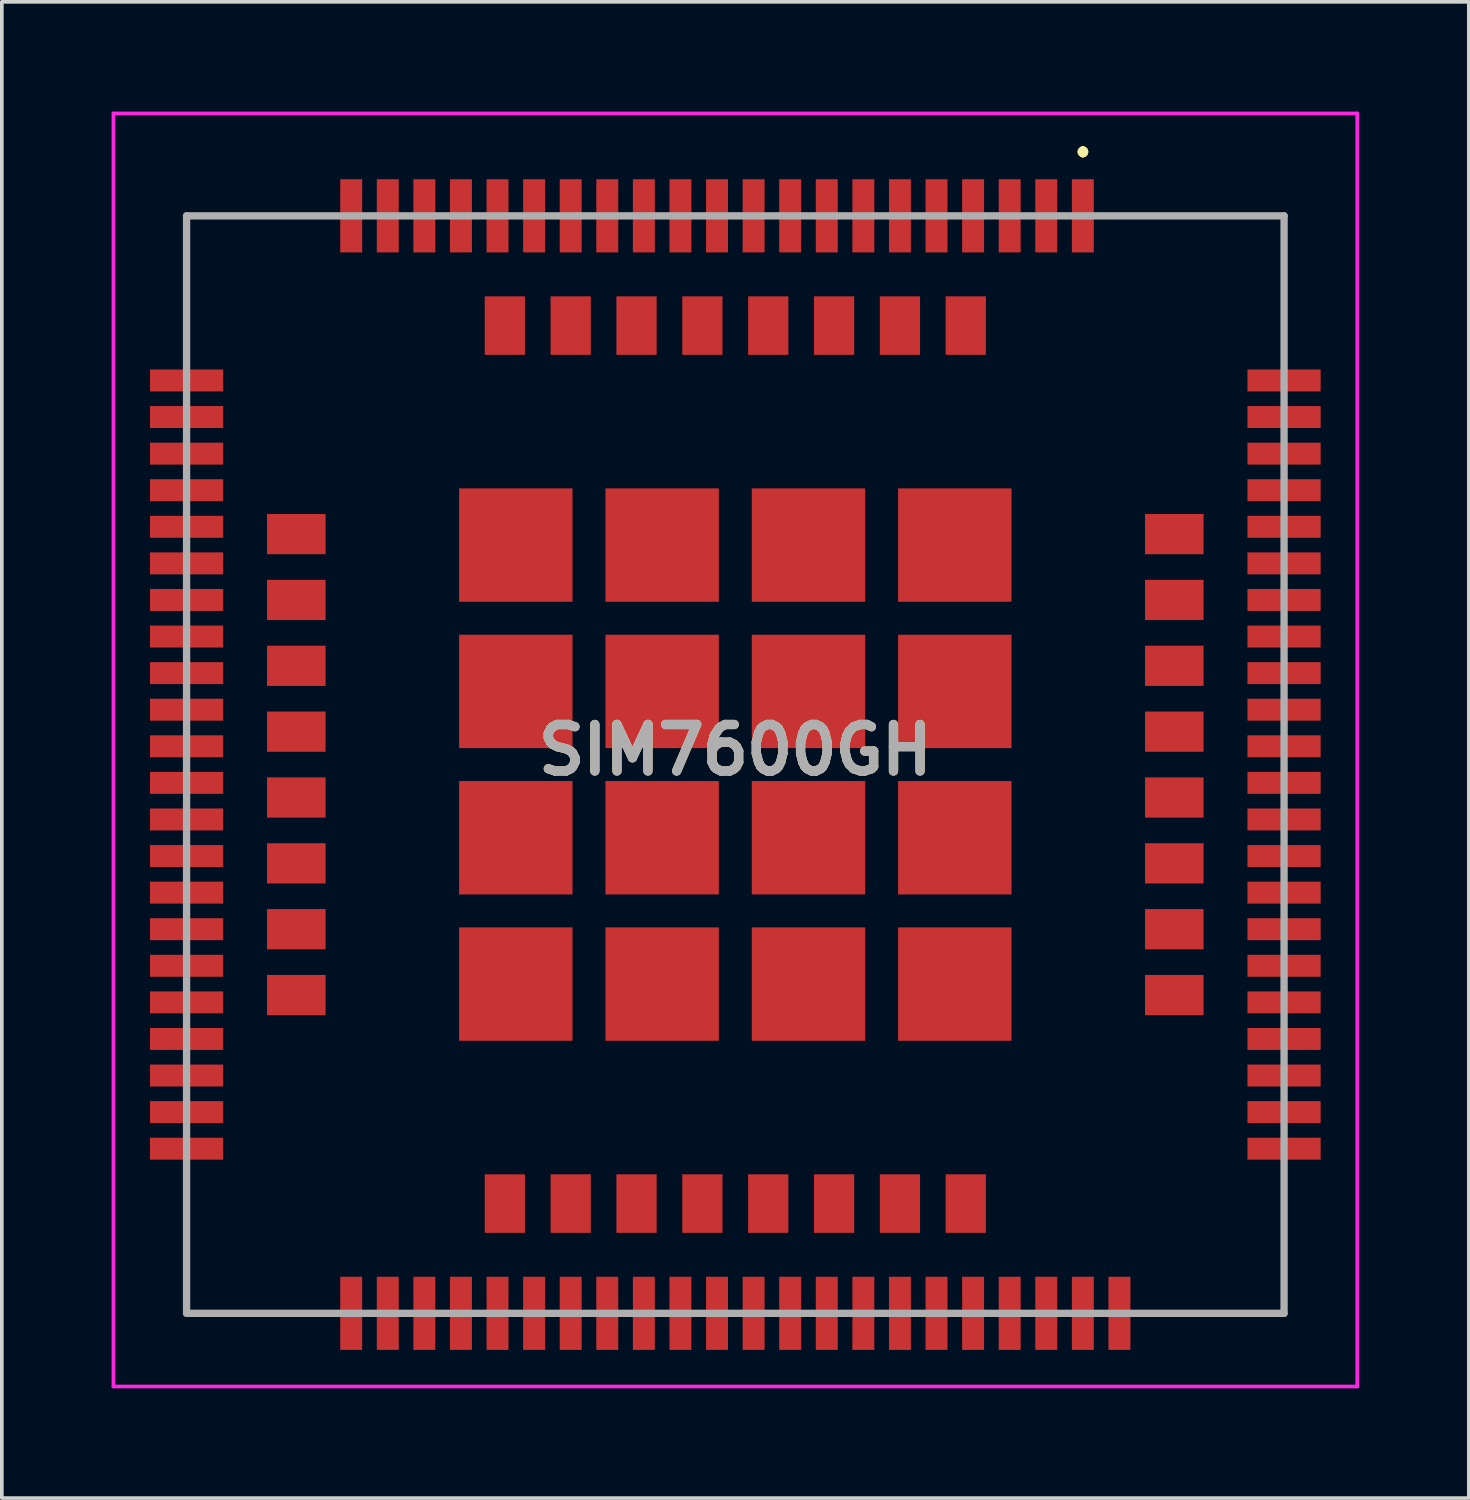
<source format=kicad_pcb>
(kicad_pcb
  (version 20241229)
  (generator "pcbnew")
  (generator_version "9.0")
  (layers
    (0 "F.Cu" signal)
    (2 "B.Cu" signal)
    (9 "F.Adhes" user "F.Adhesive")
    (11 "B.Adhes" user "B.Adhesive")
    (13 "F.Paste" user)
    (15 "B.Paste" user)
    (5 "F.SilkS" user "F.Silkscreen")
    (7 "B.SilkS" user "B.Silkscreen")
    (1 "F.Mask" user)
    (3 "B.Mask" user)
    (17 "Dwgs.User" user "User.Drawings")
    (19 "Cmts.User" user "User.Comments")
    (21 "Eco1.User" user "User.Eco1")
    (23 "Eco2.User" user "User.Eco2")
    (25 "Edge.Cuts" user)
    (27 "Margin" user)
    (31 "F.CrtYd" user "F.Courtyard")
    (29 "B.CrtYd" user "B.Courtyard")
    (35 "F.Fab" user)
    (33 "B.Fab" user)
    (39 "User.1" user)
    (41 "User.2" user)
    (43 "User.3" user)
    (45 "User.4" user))
  (footprint "SIM7600GH"
    (layer "F.Cu")
    (at 17.05 17.85)
    (property "Reference" "SIM7600GH" (at 0 -0.4 0) (layer "F.SilkS") (effects (font (size 1.27 1.27) (thickness 0.254))))
    (attr smd)
    (fp_line (start -15 -15) (end -15 -11.25) (stroke (width 0.1) (type solid)) (layer "F.SilkS"))
    (fp_line (start -15 11.5) (end -15 15) (stroke (width 0.1) (type solid)) (layer "F.SilkS"))
    (fp_line (start -15 15) (end -11.25 15) (stroke (width 0.1) (type solid)) (layer "F.SilkS"))
    (fp_line (start -11.5 -15) (end -15 -15) (stroke (width 0.1) (type solid)) (layer "F.SilkS"))
    (fp_line (start 9.5 -16.8) (end 9.5 -16.8) (stroke (width 0.2) (type solid)) (layer "F.SilkS"))
    (fp_line (start 9.5 -16.7) (end 9.5 -16.7) (stroke (width 0.2) (type solid)) (layer "F.SilkS"))
    (fp_line (start 9.5 -16.7) (end 9.5 -16.7) (stroke (width 0.2) (type solid)) (layer "F.SilkS"))
    (fp_line (start 10.5 -15) (end 15 -15) (stroke (width 0.1) (type solid)) (layer "F.SilkS"))
    (fp_line (start 11.5 15) (end 15 15) (stroke (width 0.1) (type solid)) (layer "F.SilkS"))
    (fp_line (start 15 -15) (end 15 -11.25) (stroke (width 0.1) (type solid)) (layer "F.SilkS"))
    (fp_line (start 15 15) (end 15 11.5) (stroke (width 0.1) (type solid)) (layer "F.SilkS"))
    (fp_arc (start 9.5 -16.8) (mid 9.55 -16.75) (end 9.5 -16.7) (stroke (width 0.2) (type solid)) (layer "F.SilkS"))
    (fp_arc (start 9.5 -16.8) (mid 9.55 -16.75) (end 9.5 -16.7) (stroke (width 0.2) (type solid)) (layer "F.SilkS"))
    (fp_arc (start 9.5 -16.7) (mid 9.45 -16.75) (end 9.5 -16.8) (stroke (width 0.2) (type solid)) (layer "F.SilkS"))
    (fp_line (start -17 -17.8) (end 17 -17.8) (stroke (width 0.1) (type solid)) (layer "F.CrtYd"))
    (fp_line (start -17 17) (end -17 -17.8) (stroke (width 0.1) (type solid)) (layer "F.CrtYd"))
    (fp_line (start 17 -17.8) (end 17 17) (stroke (width 0.1) (type solid)) (layer "F.CrtYd"))
    (fp_line (start 17 17) (end -17 17) (stroke (width 0.1) (type solid)) (layer "F.CrtYd"))
    (fp_line (start -15 -15) (end -15 15) (stroke (width 0.2) (type solid)) (layer "F.Fab"))
    (fp_line (start -15 15) (end 15 15) (stroke (width 0.2) (type solid)) (layer "F.Fab"))
    (fp_line (start 15 -15) (end -15 -15) (stroke (width 0.2) (type solid)) (layer "F.Fab"))
    (fp_line (start 15 15) (end 15 -15) (stroke (width 0.2) (type solid)) (layer "F.Fab"))
    (fp_text user "${REFERENCE}" (at 0 -0.4 0) (layer "F.Fab") (effects (font (size 1.27 1.27) (thickness 0.254))))
    (pad "1" smd rect (at 9.5 -15) (size 0.6 2) (layers "F.Cu" "F.Mask" "F.Paste"))
    (pad "2" smd rect (at 8.5 -15) (size 0.6 2) (layers "F.Cu" "F.Mask" "F.Paste"))
    (pad "3" smd rect (at 7.5 -15) (size 0.6 2) (layers "F.Cu" "F.Mask" "F.Paste"))
    (pad "4" smd rect (at 6.5 -15) (size 0.6 2) (layers "F.Cu" "F.Mask" "F.Paste"))
    (pad "5" smd rect (at 5.5 -15) (size 0.6 2) (layers "F.Cu" "F.Mask" "F.Paste"))
    (pad "6" smd rect (at 4.5 -15) (size 0.6 2) (layers "F.Cu" "F.Mask" "F.Paste"))
    (pad "7" smd rect (at 3.5 -15) (size 0.6 2) (layers "F.Cu" "F.Mask" "F.Paste"))
    (pad "8" smd rect (at 2.5 -15) (size 0.6 2) (layers "F.Cu" "F.Mask" "F.Paste"))
    (pad "9" smd rect (at 1.5 -15) (size 0.6 2) (layers "F.Cu" "F.Mask" "F.Paste"))
    (pad "10" smd rect (at 0.5 -15) (size 0.6 2) (layers "F.Cu" "F.Mask" "F.Paste"))
    (pad "11" smd rect (at -0.5 -15) (size 0.6 2) (layers "F.Cu" "F.Mask" "F.Paste"))
    (pad "12" smd rect (at -1.5 -15) (size 0.6 2) (layers "F.Cu" "F.Mask" "F.Paste"))
    (pad "13" smd rect (at -2.5 -15) (size 0.6 2) (layers "F.Cu" "F.Mask" "F.Paste"))
    (pad "14" smd rect (at -3.5 -15) (size 0.6 2) (layers "F.Cu" "F.Mask" "F.Paste"))
    (pad "15" smd rect (at -4.5 -15) (size 0.6 2) (layers "F.Cu" "F.Mask" "F.Paste"))
    (pad "16" smd rect (at -5.5 -15) (size 0.6 2) (layers "F.Cu" "F.Mask" "F.Paste"))
    (pad "17" smd rect (at -6.5 -15) (size 0.6 2) (layers "F.Cu" "F.Mask" "F.Paste"))
    (pad "18" smd rect (at -7.5 -15) (size 0.6 2) (layers "F.Cu" "F.Mask" "F.Paste"))
    (pad "19" smd rect (at -8.5 -15) (size 0.6 2) (layers "F.Cu" "F.Mask" "F.Paste"))
    (pad "20" smd rect (at -9.5 -15) (size 0.6 2) (layers "F.Cu" "F.Mask" "F.Paste"))
    (pad "21" smd rect (at -15 -9.5 90) (size 0.6 2) (layers "F.Cu" "F.Mask" "F.Paste"))
    (pad "22" smd rect (at -15 -8.5 90) (size 0.6 2) (layers "F.Cu" "F.Mask" "F.Paste"))
    (pad "23" smd rect (at -15 -7.5 90) (size 0.6 2) (layers "F.Cu" "F.Mask" "F.Paste"))
    (pad "24" smd rect (at -15 -6.5 90) (size 0.6 2) (layers "F.Cu" "F.Mask" "F.Paste"))
    (pad "25" smd rect (at -15 -5.5 90) (size 0.6 2) (layers "F.Cu" "F.Mask" "F.Paste"))
    (pad "26" smd rect (at -15 -4.5 90) (size 0.6 2) (layers "F.Cu" "F.Mask" "F.Paste"))
    (pad "27" smd rect (at -15 -3.5 90) (size 0.6 2) (layers "F.Cu" "F.Mask" "F.Paste"))
    (pad "28" smd rect (at -15 -2.5 90) (size 0.6 2) (layers "F.Cu" "F.Mask" "F.Paste"))
    (pad "29" smd rect (at -15 -1.5 90) (size 0.6 2) (layers "F.Cu" "F.Mask" "F.Paste"))
    (pad "30" smd rect (at -15 -0.5 90) (size 0.6 2) (layers "F.Cu" "F.Mask" "F.Paste"))
    (pad "31" smd rect (at -15 0.5 90) (size 0.6 2) (layers "F.Cu" "F.Mask" "F.Paste"))
    (pad "32" smd rect (at -15 1.5 90) (size 0.6 2) (layers "F.Cu" "F.Mask" "F.Paste"))
    (pad "33" smd rect (at -15 2.5 90) (size 0.6 2) (layers "F.Cu" "F.Mask" "F.Paste"))
    (pad "34" smd rect (at -15 3.5 90) (size 0.6 2) (layers "F.Cu" "F.Mask" "F.Paste"))
    (pad "35" smd rect (at -15 4.5 90) (size 0.6 2) (layers "F.Cu" "F.Mask" "F.Paste"))
    (pad "36" smd rect (at -15 5.5 90) (size 0.6 2) (layers "F.Cu" "F.Mask" "F.Paste"))
    (pad "37" smd rect (at -15 6.5 90) (size 0.6 2) (layers "F.Cu" "F.Mask" "F.Paste"))
    (pad "38" smd rect (at -15 7.5 90) (size 0.6 2) (layers "F.Cu" "F.Mask" "F.Paste"))
    (pad "39" smd rect (at -15 8.5 90) (size 0.6 2) (layers "F.Cu" "F.Mask" "F.Paste"))
    (pad "40" smd rect (at -15 9.5 90) (size 0.6 2) (layers "F.Cu" "F.Mask" "F.Paste"))
    (pad "41" smd rect (at -9.5 15) (size 0.6 2) (layers "F.Cu" "F.Mask" "F.Paste"))
    (pad "42" smd rect (at -8.5 15) (size 0.6 2) (layers "F.Cu" "F.Mask" "F.Paste"))
    (pad "43" smd rect (at -7.5 15) (size 0.6 2) (layers "F.Cu" "F.Mask" "F.Paste"))
    (pad "44" smd rect (at -6.5 15) (size 0.6 2) (layers "F.Cu" "F.Mask" "F.Paste"))
    (pad "45" smd rect (at -5.5 15) (size 0.6 2) (layers "F.Cu" "F.Mask" "F.Paste"))
    (pad "46" smd rect (at -4.5 15) (size 0.6 2) (layers "F.Cu" "F.Mask" "F.Paste"))
    (pad "47" smd rect (at -3.5 15) (size 0.6 2) (layers "F.Cu" "F.Mask" "F.Paste"))
    (pad "48" smd rect (at -2.5 15) (size 0.6 2) (layers "F.Cu" "F.Mask" "F.Paste"))
    (pad "49" smd rect (at -1.5 15) (size 0.6 2) (layers "F.Cu" "F.Mask" "F.Paste"))
    (pad "50" smd rect (at -0.5 15) (size 0.6 2) (layers "F.Cu" "F.Mask" "F.Paste"))
    (pad "51" smd rect (at 0.5 15) (size 0.6 2) (layers "F.Cu" "F.Mask" "F.Paste"))
    (pad "52" smd rect (at 1.5 15) (size 0.6 2) (layers "F.Cu" "F.Mask" "F.Paste"))
    (pad "53" smd rect (at 2.5 15) (size 0.6 2) (layers "F.Cu" "F.Mask" "F.Paste"))
    (pad "54" smd rect (at 3.5 15) (size 0.6 2) (layers "F.Cu" "F.Mask" "F.Paste"))
    (pad "55" smd rect (at 4.5 15) (size 0.6 2) (layers "F.Cu" "F.Mask" "F.Paste"))
    (pad "56" smd rect (at 5.5 15) (size 0.6 2) (layers "F.Cu" "F.Mask" "F.Paste"))
    (pad "57" smd rect (at 6.5 15) (size 0.6 2) (layers "F.Cu" "F.Mask" "F.Paste"))
    (pad "58" smd rect (at 7.5 15) (size 0.6 2) (layers "F.Cu" "F.Mask" "F.Paste"))
    (pad "59" smd rect (at 8.5 15) (size 0.6 2) (layers "F.Cu" "F.Mask" "F.Paste"))
    (pad "60" smd rect (at 9.5 15) (size 0.6 2) (layers "F.Cu" "F.Mask" "F.Paste"))
    (pad "61" smd rect (at 15 9.5 90) (size 0.6 2) (layers "F.Cu" "F.Mask" "F.Paste"))
    (pad "62" smd rect (at 15 8.5 90) (size 0.6 2) (layers "F.Cu" "F.Mask" "F.Paste"))
    (pad "63" smd rect (at 15 7.5 90) (size 0.6 2) (layers "F.Cu" "F.Mask" "F.Paste"))
    (pad "64" smd rect (at 15 6.5 90) (size 0.6 2) (layers "F.Cu" "F.Mask" "F.Paste"))
    (pad "65" smd rect (at 15 5.5 90) (size 0.6 2) (layers "F.Cu" "F.Mask" "F.Paste"))
    (pad "66" smd rect (at 15 4.5 90) (size 0.6 2) (layers "F.Cu" "F.Mask" "F.Paste"))
    (pad "67" smd rect (at 15 3.5 90) (size 0.6 2) (layers "F.Cu" "F.Mask" "F.Paste"))
    (pad "68" smd rect (at 15 2.5 90) (size 0.6 2) (layers "F.Cu" "F.Mask" "F.Paste"))
    (pad "69" smd rect (at 15 1.5 90) (size 0.6 2) (layers "F.Cu" "F.Mask" "F.Paste"))
    (pad "70" smd rect (at 15 0.5 90) (size 0.6 2) (layers "F.Cu" "F.Mask" "F.Paste"))
    (pad "71" smd rect (at 15 -0.5 90) (size 0.6 2) (layers "F.Cu" "F.Mask" "F.Paste"))
    (pad "72" smd rect (at 15 -1.5 90) (size 0.6 2) (layers "F.Cu" "F.Mask" "F.Paste"))
    (pad "73" smd rect (at 15 -2.5 90) (size 0.6 2) (layers "F.Cu" "F.Mask" "F.Paste"))
    (pad "74" smd rect (at 15 -3.5 90) (size 0.6 2) (layers "F.Cu" "F.Mask" "F.Paste"))
    (pad "75" smd rect (at 15 -4.5 90) (size 0.6 2) (layers "F.Cu" "F.Mask" "F.Paste"))
    (pad "76" smd rect (at 15 -5.5 90) (size 0.6 2) (layers "F.Cu" "F.Mask" "F.Paste"))
    (pad "77" smd rect (at 15 -6.5 90) (size 0.6 2) (layers "F.Cu" "F.Mask" "F.Paste"))
    (pad "78" smd rect (at 15 -7.5 90) (size 0.6 2) (layers "F.Cu" "F.Mask" "F.Paste"))
    (pad "79" smd rect (at 15 -8.5 90) (size 0.6 2) (layers "F.Cu" "F.Mask" "F.Paste"))
    (pad "80" smd rect (at 15 -9.5 90) (size 0.6 2) (layers "F.Cu" "F.Mask" "F.Paste"))
    (pad "81" smd rect (at -10.5 -15) (size 0.6 2) (layers "F.Cu" "F.Mask" "F.Paste"))
    (pad "82" smd rect (at -10.5 15) (size 0.6 2) (layers "F.Cu" "F.Mask" "F.Paste"))
    (pad "83" smd rect (at -15 10.5 90) (size 0.6 2) (layers "F.Cu" "F.Mask" "F.Paste"))
    (pad "84" smd rect (at -15 -10.5 90) (size 0.6 2) (layers "F.Cu" "F.Mask" "F.Paste"))
    (pad "85" smd rect (at 10.5 15) (size 0.6 2) (layers "F.Cu" "F.Mask" "F.Paste"))
    (pad "86" smd rect (at 15 -10.5 90) (size 0.6 2) (layers "F.Cu" "F.Mask" "F.Paste"))
    (pad "87" smd rect (at 15 10.5 90) (size 0.6 2) (layers "F.Cu" "F.Mask" "F.Paste"))
    (pad "88" smd rect (at 6.3 -12) (size 1.1 1.6) (layers "F.Cu" "F.Mask" "F.Paste"))
    (pad "89" smd rect (at 4.5 -12) (size 1.1 1.6) (layers "F.Cu" "F.Mask" "F.Paste"))
    (pad "90" smd rect (at 2.7 -12) (size 1.1 1.6) (layers "F.Cu" "F.Mask" "F.Paste"))
    (pad "91" smd rect (at 0.9 -12) (size 1.1 1.6) (layers "F.Cu" "F.Mask" "F.Paste"))
    (pad "92" smd rect (at -0.9 -12) (size 1.1 1.6) (layers "F.Cu" "F.Mask" "F.Paste"))
    (pad "93" smd rect (at -2.7 -12) (size 1.1 1.6) (layers "F.Cu" "F.Mask" "F.Paste"))
    (pad "94" smd rect (at -4.5 -12) (size 1.1 1.6) (layers "F.Cu" "F.Mask" "F.Paste"))
    (pad "95" smd rect (at -6.3 -12) (size 1.1 1.6) (layers "F.Cu" "F.Mask" "F.Paste"))
    (pad "96" smd rect (at -12 -6.3 90) (size 1.1 1.6) (layers "F.Cu" "F.Mask" "F.Paste"))
    (pad "97" smd rect (at -12 -4.5 90) (size 1.1 1.6) (layers "F.Cu" "F.Mask" "F.Paste"))
    (pad "98" smd rect (at -12 -2.7 90) (size 1.1 1.6) (layers "F.Cu" "F.Mask" "F.Paste"))
    (pad "99" smd rect (at -12 -0.9 90) (size 1.1 1.6) (layers "F.Cu" "F.Mask" "F.Paste"))
    (pad "100" smd rect (at -12 0.9 90) (size 1.1 1.6) (layers "F.Cu" "F.Mask" "F.Paste"))
    (pad "101" smd rect (at -12 2.7 90) (size 1.1 1.6) (layers "F.Cu" "F.Mask" "F.Paste"))
    (pad "102" smd rect (at -12 4.5 90) (size 1.1 1.6) (layers "F.Cu" "F.Mask" "F.Paste"))
    (pad "103" smd rect (at -12 6.3 90) (size 1.1 1.6) (layers "F.Cu" "F.Mask" "F.Paste"))
    (pad "104" smd rect (at -6.3 12) (size 1.1 1.6) (layers "F.Cu" "F.Mask" "F.Paste"))
    (pad "105" smd rect (at -4.5 12) (size 1.1 1.6) (layers "F.Cu" "F.Mask" "F.Paste"))
    (pad "106" smd rect (at -2.7 12) (size 1.1 1.6) (layers "F.Cu" "F.Mask" "F.Paste"))
    (pad "107" smd rect (at -0.9 12) (size 1.1 1.6) (layers "F.Cu" "F.Mask" "F.Paste"))
    (pad "108" smd rect (at 0.9 12) (size 1.1 1.6) (layers "F.Cu" "F.Mask" "F.Paste"))
    (pad "109" smd rect (at 2.7 12) (size 1.1 1.6) (layers "F.Cu" "F.Mask" "F.Paste"))
    (pad "110" smd rect (at 4.5 12) (size 1.1 1.6) (layers "F.Cu" "F.Mask" "F.Paste"))
    (pad "111" smd rect (at 6.3 12) (size 1.1 1.6) (layers "F.Cu" "F.Mask" "F.Paste"))
    (pad "112" smd rect (at 12 6.3 90) (size 1.1 1.6) (layers "F.Cu" "F.Mask" "F.Paste"))
    (pad "113" smd rect (at 12 4.5 90) (size 1.1 1.6) (layers "F.Cu" "F.Mask" "F.Paste"))
    (pad "114" smd rect (at 12 2.7 90) (size 1.1 1.6) (layers "F.Cu" "F.Mask" "F.Paste"))
    (pad "115" smd rect (at 12 0.9 90) (size 1.1 1.6) (layers "F.Cu" "F.Mask" "F.Paste"))
    (pad "116" smd rect (at 12 -0.9 90) (size 1.1 1.6) (layers "F.Cu" "F.Mask" "F.Paste"))
    (pad "117" smd rect (at 12 -2.7 90) (size 1.1 1.6) (layers "F.Cu" "F.Mask" "F.Paste"))
    (pad "118" smd rect (at 12 -4.5 90) (size 1.1 1.6) (layers "F.Cu" "F.Mask" "F.Paste"))
    (pad "119" smd rect (at 12 -6.3 90) (size 1.1 1.6) (layers "F.Cu" "F.Mask" "F.Paste"))
    (pad "120" smd rect (at 6 -6 90) (size 3.1 3.1) (layers "F.Cu" "F.Mask" "F.Paste"))
    (pad "121" smd rect (at 6 -2 90) (size 3.1 3.1) (layers "F.Cu" "F.Mask" "F.Paste"))
    (pad "122" smd rect (at 6 2 90) (size 3.1 3.1) (layers "F.Cu" "F.Mask" "F.Paste"))
    (pad "123" smd rect (at 6 6 90) (size 3.1 3.1) (layers "F.Cu" "F.Mask" "F.Paste"))
    (pad "124" smd rect (at 2 -6 90) (size 3.1 3.1) (layers "F.Cu" "F.Mask" "F.Paste"))
    (pad "125" smd rect (at 2 -2 90) (size 3.1 3.1) (layers "F.Cu" "F.Mask" "F.Paste"))
    (pad "126" smd rect (at 2 2 90) (size 3.1 3.1) (layers "F.Cu" "F.Mask" "F.Paste"))
    (pad "127" smd rect (at 2 6 90) (size 3.1 3.1) (layers "F.Cu" "F.Mask" "F.Paste"))
    (pad "128" smd rect (at -2 -6 90) (size 3.1 3.1) (layers "F.Cu" "F.Mask" "F.Paste"))
    (pad "129" smd rect (at -2 -2 90) (size 3.1 3.1) (layers "F.Cu" "F.Mask" "F.Paste"))
    (pad "130" smd rect (at -2 2 90) (size 3.1 3.1) (layers "F.Cu" "F.Mask" "F.Paste"))
    (pad "131" smd rect (at -2 6 90) (size 3.1 3.1) (layers "F.Cu" "F.Mask" "F.Paste"))
    (pad "132" smd rect (at -6 -6 90) (size 3.1 3.1) (layers "F.Cu" "F.Mask" "F.Paste"))
    (pad "133" smd rect (at -6 -2 90) (size 3.1 3.1) (layers "F.Cu" "F.Mask" "F.Paste"))
    (pad "134" smd rect (at -6 2 90) (size 3.1 3.1) (layers "F.Cu" "F.Mask" "F.Paste"))
    (pad "135" smd rect (at -6 6 90) (size 3.1 3.1) (layers "F.Cu" "F.Mask" "F.Paste")))
  (gr_rect
    (start -3 -3)
    (end 37.1 37.9)
    (stroke (width 0.1) (type default))
    (fill no)
    (layer "Edge.Cuts")))
</source>
